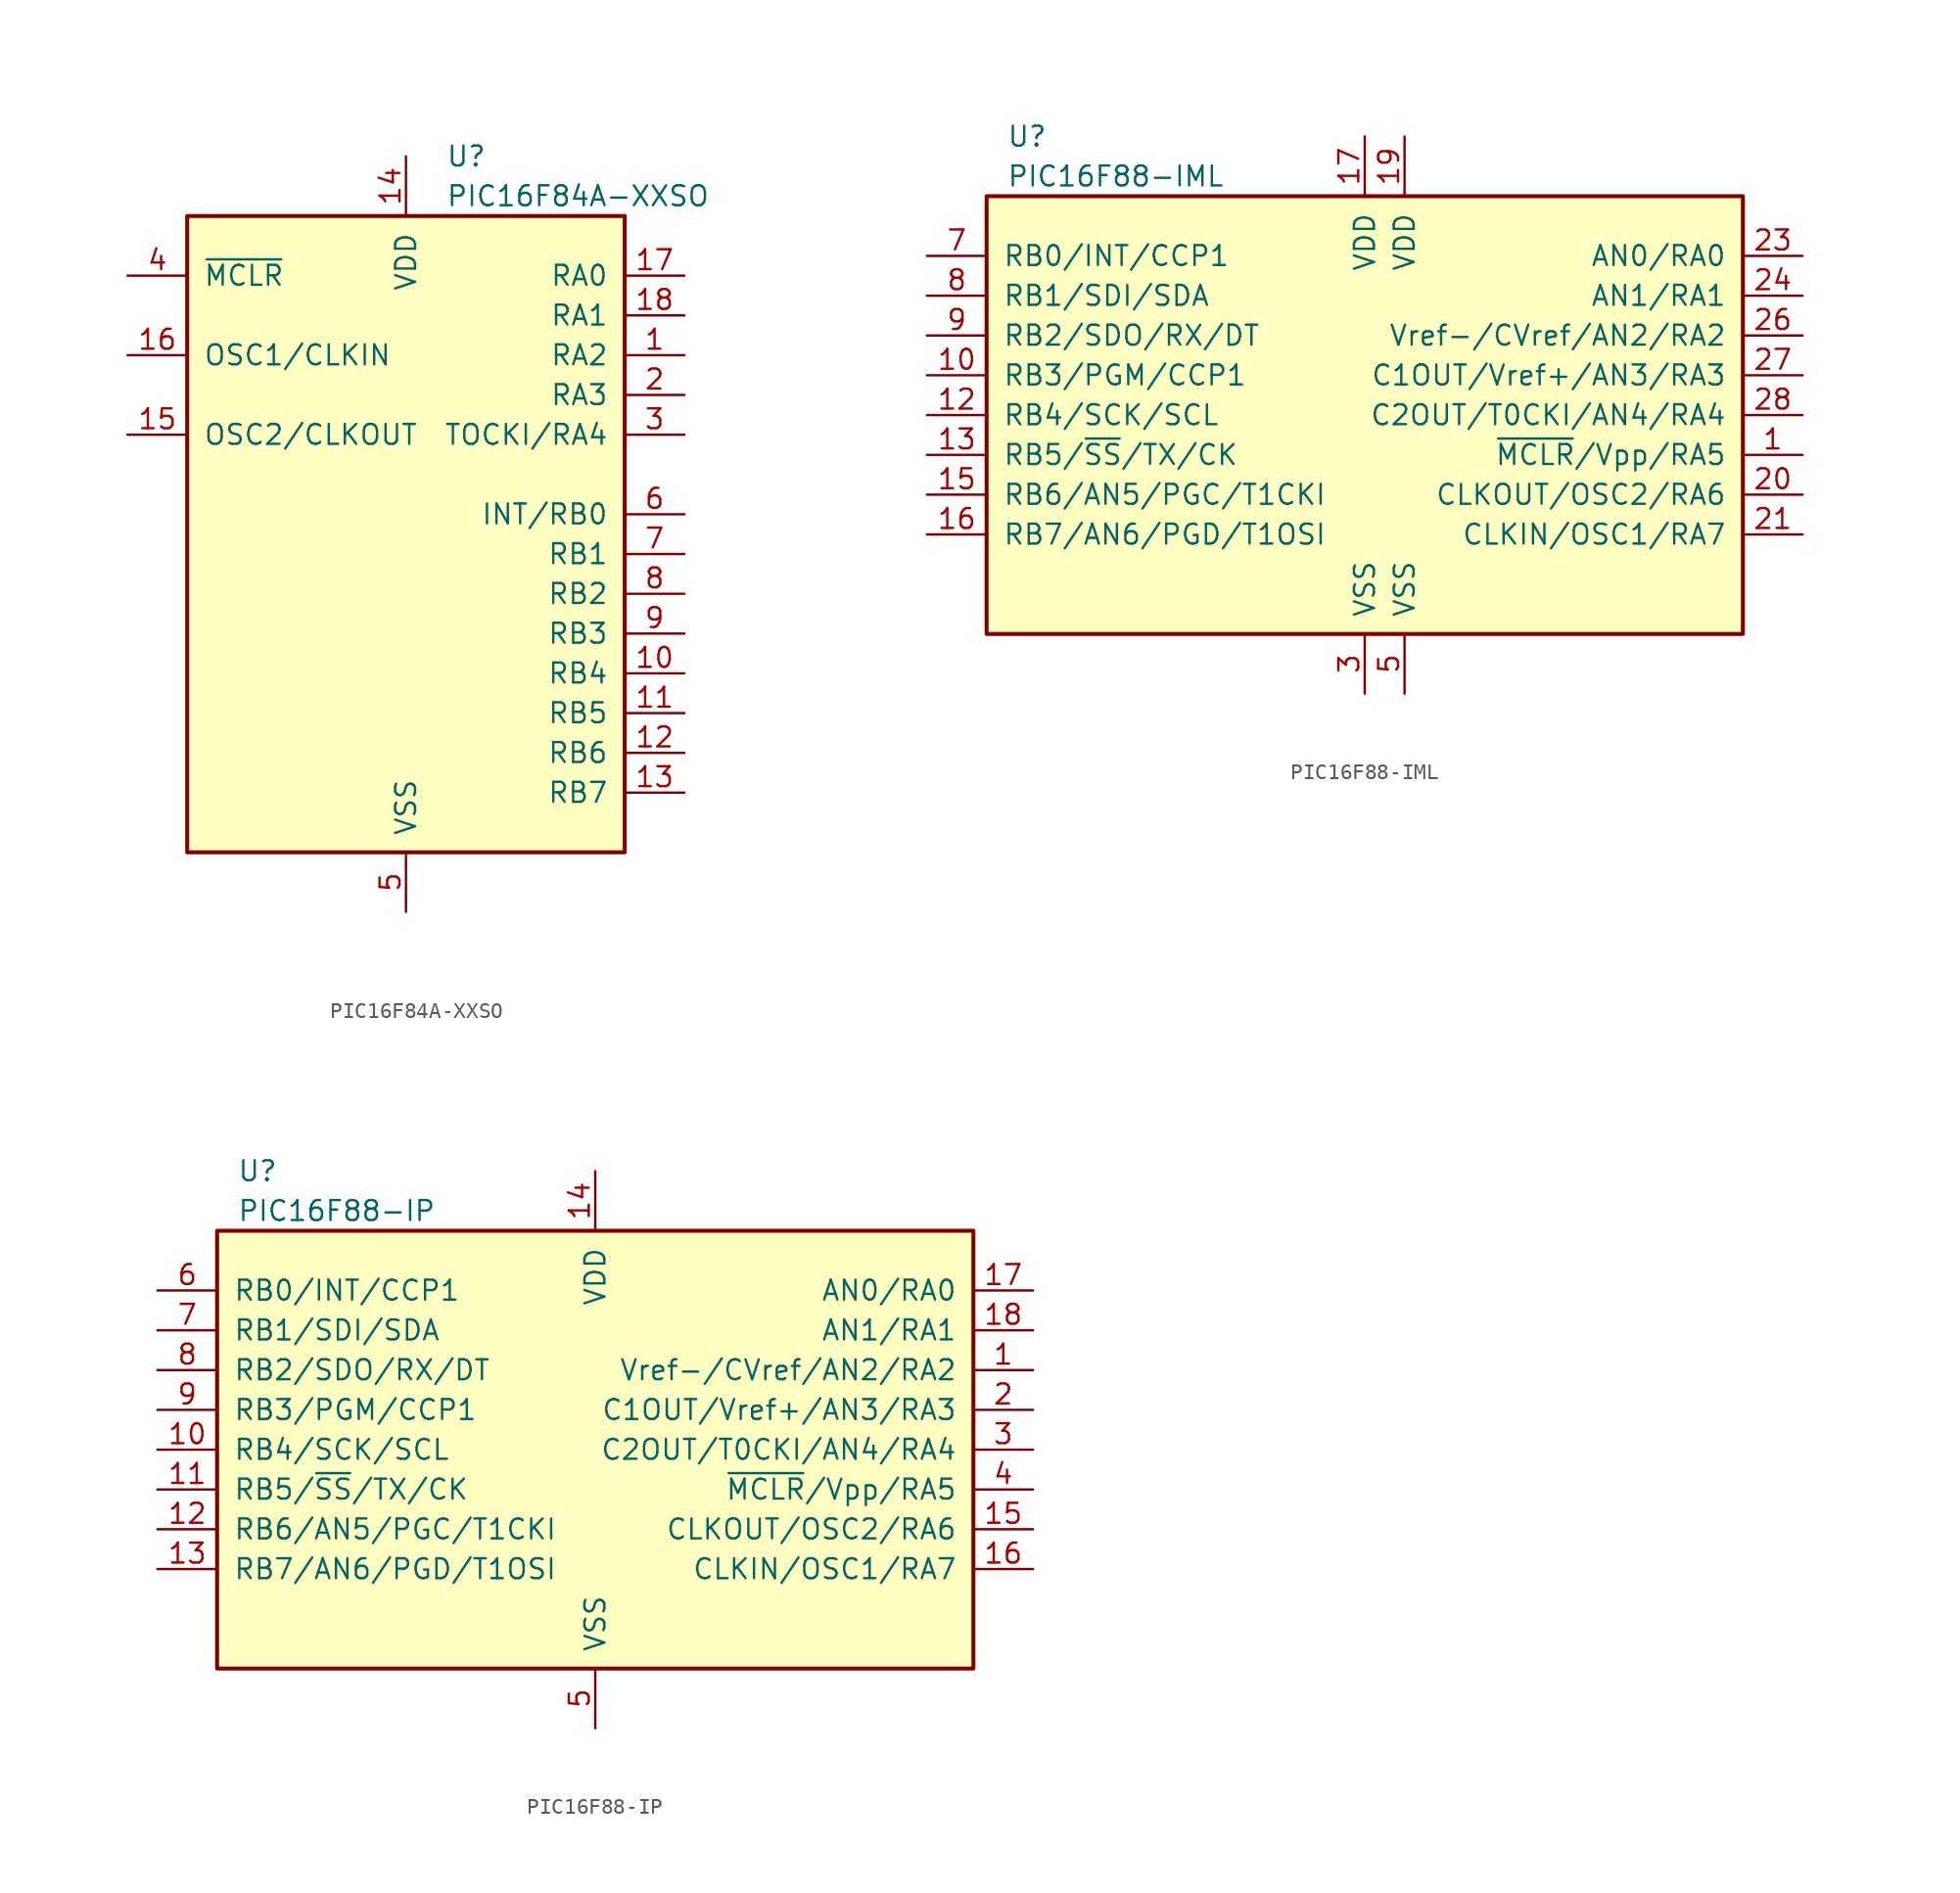
<source format=kicad_sym>
(kicad_symbol_lib
  (version 20201005)
  (generator kicad_symbol_editor)
  (symbol "MCU_Microchip_PIC16:PIC16F84A-XXSO"
    (pin_names
      (offset 1.016))
    (property "Reference" "U"
      (at 2.54 22.86 0)
      (effects (font (size 1.27 1.27)) (justify left)))
    (property "Value" "PIC16F84A-XXSO"
      (at 2.54 20.32 0)
      (effects (font (size 1.27 1.27)) (justify left)))
    (symbol "PIC16F84A-XXSO_0_1"
      (rectangle (start -13.97 19.05) (end 13.97 -21.59) (stroke (width 0.254)) (fill (type background))))
    (symbol "PIC16F84A-XXSO_1_1"
      (pin bidirectional line (at 17.78 10.16 180) (length 3.81) (name "RA2" (effects (font (size 1.27 1.27)))) (number "1" (effects (font (size 1.27 1.27)))))
      (pin bidirectional line (at 17.78 -10.16 180) (length 3.81) (name "RB4" (effects (font (size 1.27 1.27)))) (number "10" (effects (font (size 1.27 1.27)))))
      (pin bidirectional line (at 17.78 -12.7 180) (length 3.81) (name "RB5" (effects (font (size 1.27 1.27)))) (number "11" (effects (font (size 1.27 1.27)))))
      (pin bidirectional line (at 17.78 -15.24 180) (length 3.81) (name "RB6" (effects (font (size 1.27 1.27)))) (number "12" (effects (font (size 1.27 1.27)))))
      (pin bidirectional line (at 17.78 -17.78 180) (length 3.81) (name "RB7" (effects (font (size 1.27 1.27)))) (number "13" (effects (font (size 1.27 1.27)))))
      (pin power_in line (at 0 22.86 270) (length 3.81) (name "VDD" (effects (font (size 1.27 1.27)))) (number "14" (effects (font (size 1.27 1.27)))))
      (pin output line (at -17.78 5.08 0) (length 3.81) (name "OSC2/CLKOUT" (effects (font (size 1.27 1.27)))) (number "15" (effects (font (size 1.27 1.27)))))
      (pin input line (at -17.78 10.16 0) (length 3.81) (name "OSC1/CLKIN" (effects (font (size 1.27 1.27)))) (number "16" (effects (font (size 1.27 1.27)))))
      (pin bidirectional line (at 17.78 15.24 180) (length 3.81) (name "RA0" (effects (font (size 1.27 1.27)))) (number "17" (effects (font (size 1.27 1.27)))))
      (pin bidirectional line (at 17.78 12.7 180) (length 3.81) (name "RA1" (effects (font (size 1.27 1.27)))) (number "18" (effects (font (size 1.27 1.27)))))
      (pin bidirectional line (at 17.78 7.62 180) (length 3.81) (name "RA3" (effects (font (size 1.27 1.27)))) (number "2" (effects (font (size 1.27 1.27)))))
      (pin bidirectional line (at 17.78 5.08 180) (length 3.81) (name "TOCKI/RA4" (effects (font (size 1.27 1.27)))) (number "3" (effects (font (size 1.27 1.27)))))
      (pin input line (at -17.78 15.24 0) (length 3.81) (name "~MCLR~" (effects (font (size 1.27 1.27)))) (number "4" (effects (font (size 1.27 1.27)))))
      (pin power_in line (at 0 -25.4 90) (length 3.81) (name "VSS" (effects (font (size 1.27 1.27)))) (number "5" (effects (font (size 1.27 1.27)))))
      (pin bidirectional line (at 17.78 0 180) (length 3.81) (name "INT/RB0" (effects (font (size 1.27 1.27)))) (number "6" (effects (font (size 1.27 1.27)))))
      (pin bidirectional line (at 17.78 -2.54 180) (length 3.81) (name "RB1" (effects (font (size 1.27 1.27)))) (number "7" (effects (font (size 1.27 1.27)))))
      (pin bidirectional line (at 17.78 -5.08 180) (length 3.81) (name "RB2" (effects (font (size 1.27 1.27)))) (number "8" (effects (font (size 1.27 1.27)))))
      (pin bidirectional line (at 17.78 -7.62 180) (length 3.81) (name "RB3" (effects (font (size 1.27 1.27)))) (number "9" (effects (font (size 1.27 1.27)))))))
  (symbol "MCU_Microchip_PIC16:PIC16F88-IML"
    (pin_names
      (offset 1.016))
    (property "Reference" "U"
      (at -22.86 17.78 0)
      (effects (font (size 1.27 1.27)) (justify left)))
    (property "Value" "PIC16F88-IML"
      (at -22.86 15.24 0)
      (effects (font (size 1.27 1.27)) (justify left)))
    (symbol "PIC16F88-IML_0_1"
      (rectangle (start 24.13 13.97) (end -24.13 -13.97) (stroke (width 0.254)) (fill (type background))))
    (symbol "PIC16F88-IML_1_1"
      (pin input line (at 27.94 -2.54 180) (length 3.81) (name "~MCLR~/Vpp/RA5" (effects (font (size 1.27 1.27)))) (number "1" (effects (font (size 1.27 1.27)))))
      (pin bidirectional line (at -27.94 2.54 0) (length 3.81) (name "RB3/PGM/CCP1" (effects (font (size 1.27 1.27)))) (number "10" (effects (font (size 1.27 1.27)))))
      (pin bidirectional line (at -27.94 0 0) (length 3.81) (name "RB4/SCK/SCL" (effects (font (size 1.27 1.27)))) (number "12" (effects (font (size 1.27 1.27)))))
      (pin bidirectional line (at -27.94 -2.54 0) (length 3.81) (name "RB5/~SS~/TX/CK" (effects (font (size 1.27 1.27)))) (number "13" (effects (font (size 1.27 1.27)))))
      (pin bidirectional line (at -27.94 -5.08 0) (length 3.81) (name "RB6/AN5/PGC/T1CKI" (effects (font (size 1.27 1.27)))) (number "15" (effects (font (size 1.27 1.27)))))
      (pin bidirectional line (at -27.94 -7.62 0) (length 3.81) (name "RB7/AN6/PGD/T1OSI" (effects (font (size 1.27 1.27)))) (number "16" (effects (font (size 1.27 1.27)))))
      (pin power_in line (at 0 17.78 270) (length 3.81) (name "VDD" (effects (font (size 1.27 1.27)))) (number "17" (effects (font (size 1.27 1.27)))))
      (pin power_in line (at 2.54 17.78 270) (length 3.81) (name "VDD" (effects (font (size 1.27 1.27)))) (number "19" (effects (font (size 1.27 1.27)))))
      (pin bidirectional line (at 27.94 -5.08 180) (length 3.81) (name "CLKOUT/OSC2/RA6" (effects (font (size 1.27 1.27)))) (number "20" (effects (font (size 1.27 1.27)))))
      (pin bidirectional line (at 27.94 -7.62 180) (length 3.81) (name "CLKIN/OSC1/RA7" (effects (font (size 1.27 1.27)))) (number "21" (effects (font (size 1.27 1.27)))))
      (pin bidirectional line (at 27.94 10.16 180) (length 3.81) (name "AN0/RA0" (effects (font (size 1.27 1.27)))) (number "23" (effects (font (size 1.27 1.27)))))
      (pin bidirectional line (at 27.94 7.62 180) (length 3.81) (name "AN1/RA1" (effects (font (size 1.27 1.27)))) (number "24" (effects (font (size 1.27 1.27)))))
      (pin bidirectional line (at 27.94 5.08 180) (length 3.81) (name "Vref-/CVref/AN2/RA2" (effects (font (size 1.27 1.27)))) (number "26" (effects (font (size 1.27 1.27)))))
      (pin bidirectional line (at 27.94 2.54 180) (length 3.81) (name "C1OUT/Vref+/AN3/RA3" (effects (font (size 1.27 1.27)))) (number "27" (effects (font (size 1.27 1.27)))))
      (pin bidirectional line (at 27.94 0 180) (length 3.81) (name "C2OUT/T0CKI/AN4/RA4" (effects (font (size 1.27 1.27)))) (number "28" (effects (font (size 1.27 1.27)))))
      (pin power_in line (at 0 -17.78 90) (length 3.81) (name "VSS" (effects (font (size 1.27 1.27)))) (number "3" (effects (font (size 1.27 1.27)))))
      (pin power_in line (at 2.54 -17.78 90) (length 3.81) (name "VSS" (effects (font (size 1.27 1.27)))) (number "5" (effects (font (size 1.27 1.27)))))
      (pin bidirectional line (at -27.94 10.16 0) (length 3.81) (name "RB0/INT/CCP1" (effects (font (size 1.27 1.27)))) (number "7" (effects (font (size 1.27 1.27)))))
      (pin bidirectional line (at -27.94 7.62 0) (length 3.81) (name "RB1/SDI/SDA" (effects (font (size 1.27 1.27)))) (number "8" (effects (font (size 1.27 1.27)))))
      (pin bidirectional line (at -27.94 5.08 0) (length 3.81) (name "RB2/SDO/RX/DT" (effects (font (size 1.27 1.27)))) (number "9" (effects (font (size 1.27 1.27)))))))
  (symbol "MCU_Microchip_PIC16:PIC16F88-IP"
    (pin_names
      (offset 1.016))
    (property "Reference" "U"
      (at -22.86 17.78 0)
      (effects (font (size 1.27 1.27)) (justify left)))
    (property "Value" "PIC16F88-IP"
      (at -22.86 15.24 0)
      (effects (font (size 1.27 1.27)) (justify left)))
    (symbol "PIC16F88-IP_0_1"
      (rectangle (start 24.13 13.97) (end -24.13 -13.97) (stroke (width 0.254)) (fill (type background))))
    (symbol "PIC16F88-IP_1_1"
      (pin bidirectional line (at 27.94 5.08 180) (length 3.81) (name "Vref-/CVref/AN2/RA2" (effects (font (size 1.27 1.27)))) (number "1" (effects (font (size 1.27 1.27)))))
      (pin bidirectional line (at -27.94 0 0) (length 3.81) (name "RB4/SCK/SCL" (effects (font (size 1.27 1.27)))) (number "10" (effects (font (size 1.27 1.27)))))
      (pin bidirectional line (at -27.94 -2.54 0) (length 3.81) (name "RB5/~SS~/TX/CK" (effects (font (size 1.27 1.27)))) (number "11" (effects (font (size 1.27 1.27)))))
      (pin bidirectional line (at -27.94 -5.08 0) (length 3.81) (name "RB6/AN5/PGC/T1CKI" (effects (font (size 1.27 1.27)))) (number "12" (effects (font (size 1.27 1.27)))))
      (pin bidirectional line (at -27.94 -7.62 0) (length 3.81) (name "RB7/AN6/PGD/T1OSI" (effects (font (size 1.27 1.27)))) (number "13" (effects (font (size 1.27 1.27)))))
      (pin power_in line (at 0 17.78 270) (length 3.81) (name "VDD" (effects (font (size 1.27 1.27)))) (number "14" (effects (font (size 1.27 1.27)))))
      (pin bidirectional line (at 27.94 -5.08 180) (length 3.81) (name "CLKOUT/OSC2/RA6" (effects (font (size 1.27 1.27)))) (number "15" (effects (font (size 1.27 1.27)))))
      (pin bidirectional line (at 27.94 -7.62 180) (length 3.81) (name "CLKIN/OSC1/RA7" (effects (font (size 1.27 1.27)))) (number "16" (effects (font (size 1.27 1.27)))))
      (pin bidirectional line (at 27.94 10.16 180) (length 3.81) (name "AN0/RA0" (effects (font (size 1.27 1.27)))) (number "17" (effects (font (size 1.27 1.27)))))
      (pin bidirectional line (at 27.94 7.62 180) (length 3.81) (name "AN1/RA1" (effects (font (size 1.27 1.27)))) (number "18" (effects (font (size 1.27 1.27)))))
      (pin bidirectional line (at 27.94 2.54 180) (length 3.81) (name "C1OUT/Vref+/AN3/RA3" (effects (font (size 1.27 1.27)))) (number "2" (effects (font (size 1.27 1.27)))))
      (pin bidirectional line (at 27.94 0 180) (length 3.81) (name "C2OUT/T0CKI/AN4/RA4" (effects (font (size 1.27 1.27)))) (number "3" (effects (font (size 1.27 1.27)))))
      (pin input line (at 27.94 -2.54 180) (length 3.81) (name "~MCLR~/Vpp/RA5" (effects (font (size 1.27 1.27)))) (number "4" (effects (font (size 1.27 1.27)))))
      (pin power_in line (at 0 -17.78 90) (length 3.81) (name "VSS" (effects (font (size 1.27 1.27)))) (number "5" (effects (font (size 1.27 1.27)))))
      (pin bidirectional line (at -27.94 10.16 0) (length 3.81) (name "RB0/INT/CCP1" (effects (font (size 1.27 1.27)))) (number "6" (effects (font (size 1.27 1.27)))))
      (pin bidirectional line (at -27.94 7.62 0) (length 3.81) (name "RB1/SDI/SDA" (effects (font (size 1.27 1.27)))) (number "7" (effects (font (size 1.27 1.27)))))
      (pin bidirectional line (at -27.94 5.08 0) (length 3.81) (name "RB2/SDO/RX/DT" (effects (font (size 1.27 1.27)))) (number "8" (effects (font (size 1.27 1.27)))))
      (pin bidirectional line (at -27.94 2.54 0) (length 3.81) (name "RB3/PGM/CCP1" (effects (font (size 1.27 1.27)))) (number "9" (effects (font (size 1.27 1.27))))))))
</source>
